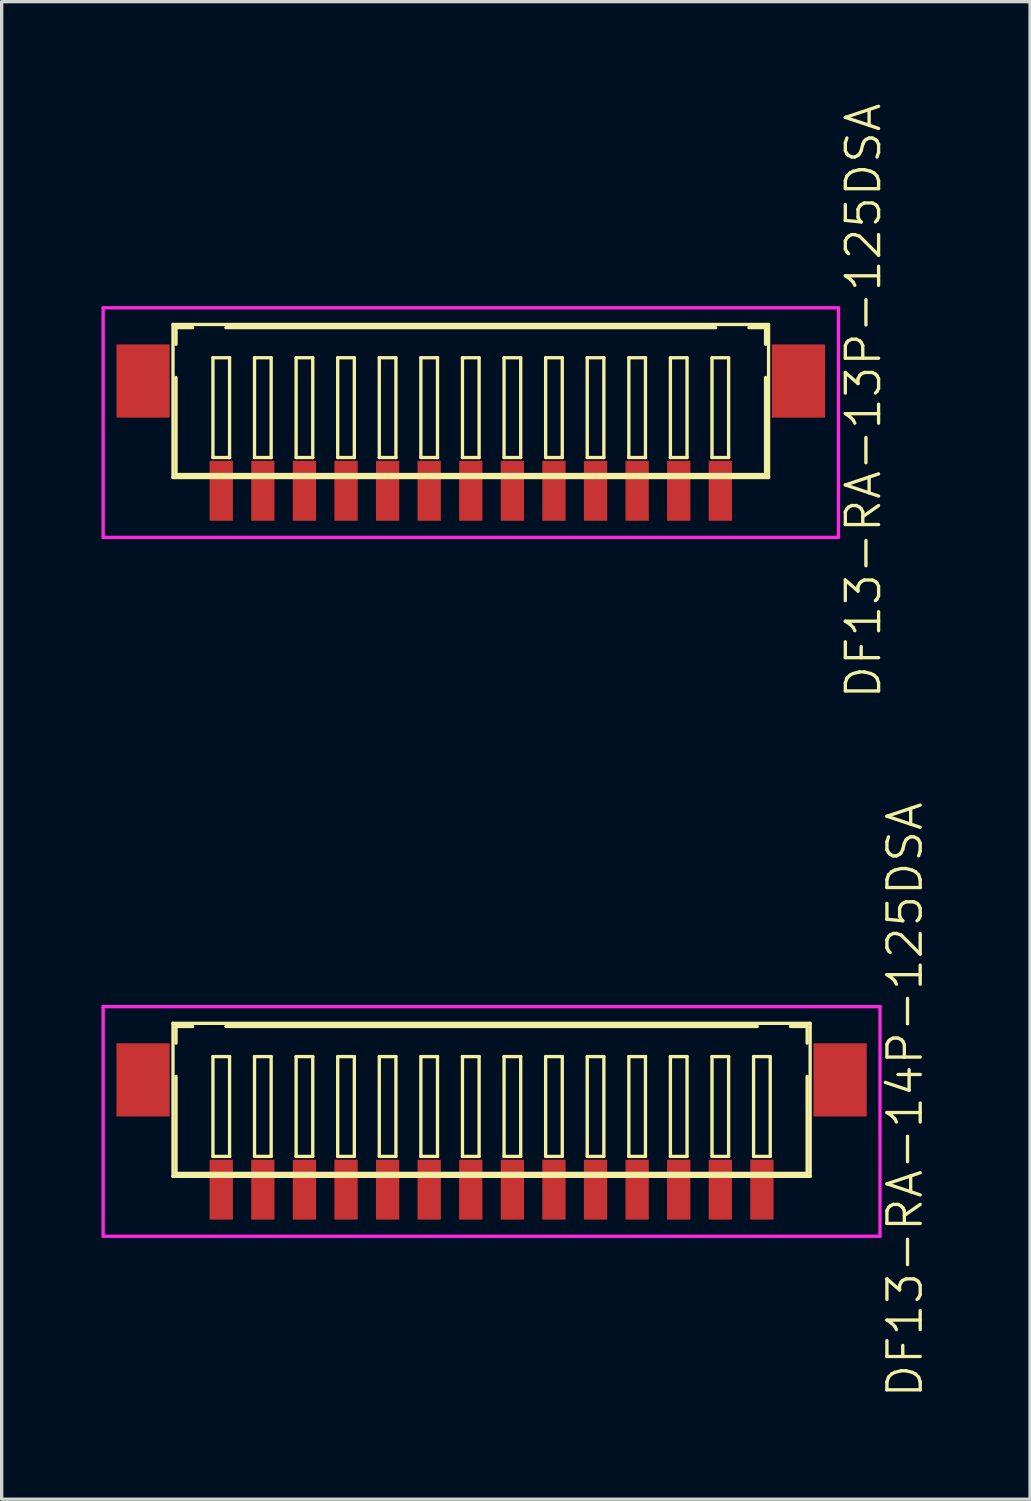
<source format=kicad_pcb>
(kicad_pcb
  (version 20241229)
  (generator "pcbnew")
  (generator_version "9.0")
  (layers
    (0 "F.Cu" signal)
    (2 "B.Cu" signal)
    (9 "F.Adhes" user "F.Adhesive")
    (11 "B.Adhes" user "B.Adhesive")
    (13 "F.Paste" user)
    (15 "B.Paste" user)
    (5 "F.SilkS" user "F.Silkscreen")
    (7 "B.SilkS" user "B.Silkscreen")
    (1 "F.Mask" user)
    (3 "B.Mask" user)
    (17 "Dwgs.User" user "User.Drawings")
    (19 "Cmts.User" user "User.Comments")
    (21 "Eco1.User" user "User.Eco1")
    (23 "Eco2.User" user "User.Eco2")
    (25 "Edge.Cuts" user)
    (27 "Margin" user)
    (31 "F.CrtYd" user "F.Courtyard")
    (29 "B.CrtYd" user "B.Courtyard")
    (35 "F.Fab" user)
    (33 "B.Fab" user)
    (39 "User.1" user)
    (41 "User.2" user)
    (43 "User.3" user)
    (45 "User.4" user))
  (footprint "DF13-RA-14P-125DSA"
    (layer "F.Cu")
    (at 11.725 32.707)
    (property "Reference" "DF13-RA-14P-125DSA" (at 12.425 -2.7 90) (layer "F.SilkS") (effects (font (size 1 1) (thickness 0.1))))
    (attr through_hole)
    (fp_line (start -9.575 -5) (end -9.575 -0.4) (stroke (width 0.1) (type solid)) (layer "F.SilkS"))
    (fp_line (start -9.575 -5) (end 9.575 -5) (stroke (width 0.1) (type solid)) (layer "F.SilkS"))
    (fp_line (start -9.575 -0.4) (end 9.575 -0.4) (stroke (width 0.1) (type solid)) (layer "F.SilkS"))
    (fp_line (start -9.485 -4.905) (end -9.485 -4.405) (stroke (width 0.1) (type solid)) (layer "F.SilkS"))
    (fp_line (start -9.485 -4.905) (end -8.985 -4.905) (stroke (width 0.1) (type solid)) (layer "F.SilkS"))
    (fp_line (start -9.485 -3.405) (end -9.485 -0.49) (stroke (width 0.1) (type solid)) (layer "F.SilkS"))
    (fp_line (start -9.485 -0.49) (end 9.485 -0.49) (stroke (width 0.1) (type solid)) (layer "F.SilkS"))
    (fp_line (start -8.375 -4) (end -8.375 -1) (stroke (width 0.1) (type solid)) (layer "F.SilkS"))
    (fp_line (start -8.375 -1) (end -7.875 -1) (stroke (width 0.1) (type solid)) (layer "F.SilkS"))
    (fp_line (start -7.985 -4.905) (end 7.985 -4.905) (stroke (width 0.1) (type solid)) (layer "F.SilkS"))
    (fp_line (start -7.875 -4) (end -8.375 -4) (stroke (width 0.1) (type solid)) (layer "F.SilkS"))
    (fp_line (start -7.875 -1) (end -7.875 -4) (stroke (width 0.1) (type solid)) (layer "F.SilkS"))
    (fp_line (start -7.125 -4) (end -7.125 -1) (stroke (width 0.1) (type solid)) (layer "F.SilkS"))
    (fp_line (start -7.125 -1) (end -6.625 -1) (stroke (width 0.1) (type solid)) (layer "F.SilkS"))
    (fp_line (start -6.625 -4) (end -7.125 -4) (stroke (width 0.1) (type solid)) (layer "F.SilkS"))
    (fp_line (start -6.625 -1) (end -6.625 -4) (stroke (width 0.1) (type solid)) (layer "F.SilkS"))
    (fp_line (start -5.875 -4) (end -5.875 -1) (stroke (width 0.1) (type solid)) (layer "F.SilkS"))
    (fp_line (start -5.875 -1) (end -5.375 -1) (stroke (width 0.1) (type solid)) (layer "F.SilkS"))
    (fp_line (start -5.375 -4) (end -5.875 -4) (stroke (width 0.1) (type solid)) (layer "F.SilkS"))
    (fp_line (start -5.375 -1) (end -5.375 -4) (stroke (width 0.1) (type solid)) (layer "F.SilkS"))
    (fp_line (start -4.625 -4) (end -4.625 -1) (stroke (width 0.1) (type solid)) (layer "F.SilkS"))
    (fp_line (start -4.625 -1) (end -4.125 -1) (stroke (width 0.1) (type solid)) (layer "F.SilkS"))
    (fp_line (start -4.125 -4) (end -4.625 -4) (stroke (width 0.1) (type solid)) (layer "F.SilkS"))
    (fp_line (start -4.125 -1) (end -4.125 -4) (stroke (width 0.1) (type solid)) (layer "F.SilkS"))
    (fp_line (start -3.375 -4) (end -3.375 -1) (stroke (width 0.1) (type solid)) (layer "F.SilkS"))
    (fp_line (start -3.375 -1) (end -2.875 -1) (stroke (width 0.1) (type solid)) (layer "F.SilkS"))
    (fp_line (start -2.875 -4) (end -3.375 -4) (stroke (width 0.1) (type solid)) (layer "F.SilkS"))
    (fp_line (start -2.875 -1) (end -2.875 -4) (stroke (width 0.1) (type solid)) (layer "F.SilkS"))
    (fp_line (start -2.125 -4) (end -2.125 -1) (stroke (width 0.1) (type solid)) (layer "F.SilkS"))
    (fp_line (start -2.125 -1) (end -1.625 -1) (stroke (width 0.1) (type solid)) (layer "F.SilkS"))
    (fp_line (start -1.625 -4) (end -2.125 -4) (stroke (width 0.1) (type solid)) (layer "F.SilkS"))
    (fp_line (start -1.625 -1) (end -1.625 -4) (stroke (width 0.1) (type solid)) (layer "F.SilkS"))
    (fp_line (start -0.875 -4) (end -0.875 -1) (stroke (width 0.1) (type solid)) (layer "F.SilkS"))
    (fp_line (start -0.875 -1) (end -0.375 -1) (stroke (width 0.1) (type solid)) (layer "F.SilkS"))
    (fp_line (start -0.375 -4) (end -0.875 -4) (stroke (width 0.1) (type solid)) (layer "F.SilkS"))
    (fp_line (start -0.375 -1) (end -0.375 -4) (stroke (width 0.1) (type solid)) (layer "F.SilkS"))
    (fp_line (start 0.375 -4) (end 0.375 -1) (stroke (width 0.1) (type solid)) (layer "F.SilkS"))
    (fp_line (start 0.375 -1) (end 0.875 -1) (stroke (width 0.1) (type solid)) (layer "F.SilkS"))
    (fp_line (start 0.875 -4) (end 0.375 -4) (stroke (width 0.1) (type solid)) (layer "F.SilkS"))
    (fp_line (start 0.875 -1) (end 0.875 -4) (stroke (width 0.1) (type solid)) (layer "F.SilkS"))
    (fp_line (start 1.625 -4) (end 1.625 -1) (stroke (width 0.1) (type solid)) (layer "F.SilkS"))
    (fp_line (start 1.625 -1) (end 2.125 -1) (stroke (width 0.1) (type solid)) (layer "F.SilkS"))
    (fp_line (start 2.125 -4) (end 1.625 -4) (stroke (width 0.1) (type solid)) (layer "F.SilkS"))
    (fp_line (start 2.125 -1) (end 2.125 -4) (stroke (width 0.1) (type solid)) (layer "F.SilkS"))
    (fp_line (start 2.875 -4) (end 2.875 -1) (stroke (width 0.1) (type solid)) (layer "F.SilkS"))
    (fp_line (start 2.875 -1) (end 3.375 -1) (stroke (width 0.1) (type solid)) (layer "F.SilkS"))
    (fp_line (start 3.375 -4) (end 2.875 -4) (stroke (width 0.1) (type solid)) (layer "F.SilkS"))
    (fp_line (start 3.375 -1) (end 3.375 -4) (stroke (width 0.1) (type solid)) (layer "F.SilkS"))
    (fp_line (start 4.125 -4) (end 4.125 -1) (stroke (width 0.1) (type solid)) (layer "F.SilkS"))
    (fp_line (start 4.125 -1) (end 4.625 -1) (stroke (width 0.1) (type solid)) (layer "F.SilkS"))
    (fp_line (start 4.625 -4) (end 4.125 -4) (stroke (width 0.1) (type solid)) (layer "F.SilkS"))
    (fp_line (start 4.625 -1) (end 4.625 -4) (stroke (width 0.1) (type solid)) (layer "F.SilkS"))
    (fp_line (start 5.375 -4) (end 5.375 -1) (stroke (width 0.1) (type solid)) (layer "F.SilkS"))
    (fp_line (start 5.375 -1) (end 5.875 -1) (stroke (width 0.1) (type solid)) (layer "F.SilkS"))
    (fp_line (start 5.875 -4) (end 5.375 -4) (stroke (width 0.1) (type solid)) (layer "F.SilkS"))
    (fp_line (start 5.875 -1) (end 5.875 -4) (stroke (width 0.1) (type solid)) (layer "F.SilkS"))
    (fp_line (start 6.625 -4) (end 6.625 -1) (stroke (width 0.1) (type solid)) (layer "F.SilkS"))
    (fp_line (start 6.625 -1) (end 7.125 -1) (stroke (width 0.1) (type solid)) (layer "F.SilkS"))
    (fp_line (start 7.125 -4) (end 6.625 -4) (stroke (width 0.1) (type solid)) (layer "F.SilkS"))
    (fp_line (start 7.125 -1) (end 7.125 -4) (stroke (width 0.1) (type solid)) (layer "F.SilkS"))
    (fp_line (start 7.875 -4) (end 7.875 -1) (stroke (width 0.1) (type solid)) (layer "F.SilkS"))
    (fp_line (start 7.875 -1) (end 8.375 -1) (stroke (width 0.1) (type solid)) (layer "F.SilkS"))
    (fp_line (start 8.375 -4) (end 7.875 -4) (stroke (width 0.1) (type solid)) (layer "F.SilkS"))
    (fp_line (start 8.375 -1) (end 8.375 -4) (stroke (width 0.1) (type solid)) (layer "F.SilkS"))
    (fp_line (start 8.985 -4.905) (end 9.485 -4.905) (stroke (width 0.1) (type solid)) (layer "F.SilkS"))
    (fp_line (start 9.485 -4.905) (end 9.485 -4.405) (stroke (width 0.1) (type solid)) (layer "F.SilkS"))
    (fp_line (start 9.485 -3.405) (end 9.485 -0.49) (stroke (width 0.1) (type solid)) (layer "F.SilkS"))
    (fp_line (start 9.575 -5) (end 9.575 -0.4) (stroke (width 0.1) (type solid)) (layer "F.SilkS"))
    (fp_line (start -11.675 -5.5) (end -11.675 1.4) (stroke (width 0.1) (type solid)) (layer "F.CrtYd"))
    (fp_line (start -11.675 1.4) (end 11.675 1.4) (stroke (width 0.1) (type solid)) (layer "F.CrtYd"))
    (fp_line (start 11.675 -5.5) (end -11.675 -5.5) (stroke (width 0.1) (type solid)) (layer "F.CrtYd"))
    (fp_line (start 11.675 1.4) (end 11.675 -5.5) (stroke (width 0.1) (type solid)) (layer "F.CrtYd"))
    (pad "1" smd rect (at -8.125 0) (size 0.7 1.8) (layers "F.Cu" "F.Mask" "F.Paste"))
    (pad "2" smd rect (at -6.875 0) (size 0.7 1.8) (layers "F.Cu" "F.Mask" "F.Paste"))
    (pad "3" smd rect (at -5.625 0) (size 0.7 1.8) (layers "F.Cu" "F.Mask" "F.Paste"))
    (pad "4" smd rect (at -4.375 0) (size 0.7 1.8) (layers "F.Cu" "F.Mask" "F.Paste"))
    (pad "5" smd rect (at -3.125 0) (size 0.7 1.8) (layers "F.Cu" "F.Mask" "F.Paste"))
    (pad "6" smd rect (at -1.875 0) (size 0.7 1.8) (layers "F.Cu" "F.Mask" "F.Paste"))
    (pad "7" smd rect (at -0.625 0) (size 0.7 1.8) (layers "F.Cu" "F.Mask" "F.Paste"))
    (pad "8" smd rect (at 0.625 0) (size 0.7 1.8) (layers "F.Cu" "F.Mask" "F.Paste"))
    (pad "9" smd rect (at 1.875 0) (size 0.7 1.8) (layers "F.Cu" "F.Mask" "F.Paste"))
    (pad "10" smd rect (at 3.125 0) (size 0.7 1.8) (layers "F.Cu" "F.Mask" "F.Paste"))
    (pad "11" smd rect (at 4.375 0) (size 0.7 1.8) (layers "F.Cu" "F.Mask" "F.Paste"))
    (pad "12" smd rect (at 5.625 0) (size 0.7 1.8) (layers "F.Cu" "F.Mask" "F.Paste"))
    (pad "13" smd rect (at 6.875 0) (size 0.7 1.8) (layers "F.Cu" "F.Mask" "F.Paste"))
    (pad "14" smd rect (at 8.125 0) (size 0.7 1.8) (layers "F.Cu" "F.Mask" "F.Paste"))
    (pad "S" smd rect (at -10.475 -3.3) (size 1.6 2.2) (layers "F.Cu" "F.Mask" "F.Paste"))
    (pad "S" smd rect (at 10.475 -3.3) (size 1.6 2.2) (layers "F.Cu" "F.Mask" "F.Paste")))
  (footprint "DF13-RA-13P-125DSA"
    (layer "F.Cu")
    (at 11.1 11.702)
    (property "Reference" "DF13-RA-13P-125DSA" (at 11.8 -2.7 90) (layer "F.SilkS") (effects (font (size 1 1) (thickness 0.1))))
    (attr through_hole)
    (fp_line (start -8.95 -5) (end -8.95 -0.4) (stroke (width 0.1) (type solid)) (layer "F.SilkS"))
    (fp_line (start -8.95 -5) (end 8.95 -5) (stroke (width 0.1) (type solid)) (layer "F.SilkS"))
    (fp_line (start -8.95 -0.4) (end 8.95 -0.4) (stroke (width 0.1) (type solid)) (layer "F.SilkS"))
    (fp_line (start -8.86 -4.905) (end -8.86 -4.405) (stroke (width 0.1) (type solid)) (layer "F.SilkS"))
    (fp_line (start -8.86 -4.905) (end -8.36 -4.905) (stroke (width 0.1) (type solid)) (layer "F.SilkS"))
    (fp_line (start -8.86 -3.405) (end -8.86 -0.49) (stroke (width 0.1) (type solid)) (layer "F.SilkS"))
    (fp_line (start -8.86 -0.49) (end 8.86 -0.49) (stroke (width 0.1) (type solid)) (layer "F.SilkS"))
    (fp_line (start -7.75 -4) (end -7.75 -1) (stroke (width 0.1) (type solid)) (layer "F.SilkS"))
    (fp_line (start -7.75 -1) (end -7.25 -1) (stroke (width 0.1) (type solid)) (layer "F.SilkS"))
    (fp_line (start -7.36 -4.905) (end 7.36 -4.905) (stroke (width 0.1) (type solid)) (layer "F.SilkS"))
    (fp_line (start -7.25 -4) (end -7.75 -4) (stroke (width 0.1) (type solid)) (layer "F.SilkS"))
    (fp_line (start -7.25 -1) (end -7.25 -4) (stroke (width 0.1) (type solid)) (layer "F.SilkS"))
    (fp_line (start -6.5 -4) (end -6.5 -1) (stroke (width 0.1) (type solid)) (layer "F.SilkS"))
    (fp_line (start -6.5 -1) (end -6 -1) (stroke (width 0.1) (type solid)) (layer "F.SilkS"))
    (fp_line (start -6 -4) (end -6.5 -4) (stroke (width 0.1) (type solid)) (layer "F.SilkS"))
    (fp_line (start -6 -1) (end -6 -4) (stroke (width 0.1) (type solid)) (layer "F.SilkS"))
    (fp_line (start -5.25 -4) (end -5.25 -1) (stroke (width 0.1) (type solid)) (layer "F.SilkS"))
    (fp_line (start -5.25 -1) (end -4.75 -1) (stroke (width 0.1) (type solid)) (layer "F.SilkS"))
    (fp_line (start -4.75 -4) (end -5.25 -4) (stroke (width 0.1) (type solid)) (layer "F.SilkS"))
    (fp_line (start -4.75 -1) (end -4.75 -4) (stroke (width 0.1) (type solid)) (layer "F.SilkS"))
    (fp_line (start -4 -4) (end -4 -1) (stroke (width 0.1) (type solid)) (layer "F.SilkS"))
    (fp_line (start -4 -1) (end -3.5 -1) (stroke (width 0.1) (type solid)) (layer "F.SilkS"))
    (fp_line (start -3.5 -4) (end -4 -4) (stroke (width 0.1) (type solid)) (layer "F.SilkS"))
    (fp_line (start -3.5 -1) (end -3.5 -4) (stroke (width 0.1) (type solid)) (layer "F.SilkS"))
    (fp_line (start -2.75 -4) (end -2.75 -1) (stroke (width 0.1) (type solid)) (layer "F.SilkS"))
    (fp_line (start -2.75 -1) (end -2.25 -1) (stroke (width 0.1) (type solid)) (layer "F.SilkS"))
    (fp_line (start -2.25 -4) (end -2.75 -4) (stroke (width 0.1) (type solid)) (layer "F.SilkS"))
    (fp_line (start -2.25 -1) (end -2.25 -4) (stroke (width 0.1) (type solid)) (layer "F.SilkS"))
    (fp_line (start -1.5 -4) (end -1.5 -1) (stroke (width 0.1) (type solid)) (layer "F.SilkS"))
    (fp_line (start -1.5 -1) (end -1 -1) (stroke (width 0.1) (type solid)) (layer "F.SilkS"))
    (fp_line (start -1 -4) (end -1.5 -4) (stroke (width 0.1) (type solid)) (layer "F.SilkS"))
    (fp_line (start -1 -1) (end -1 -4) (stroke (width 0.1) (type solid)) (layer "F.SilkS"))
    (fp_line (start -0.25 -4) (end -0.25 -1) (stroke (width 0.1) (type solid)) (layer "F.SilkS"))
    (fp_line (start -0.25 -1) (end 0.25 -1) (stroke (width 0.1) (type solid)) (layer "F.SilkS"))
    (fp_line (start 0.25 -4) (end -0.25 -4) (stroke (width 0.1) (type solid)) (layer "F.SilkS"))
    (fp_line (start 0.25 -1) (end 0.25 -4) (stroke (width 0.1) (type solid)) (layer "F.SilkS"))
    (fp_line (start 1 -4) (end 1 -1) (stroke (width 0.1) (type solid)) (layer "F.SilkS"))
    (fp_line (start 1 -1) (end 1.5 -1) (stroke (width 0.1) (type solid)) (layer "F.SilkS"))
    (fp_line (start 1.5 -4) (end 1 -4) (stroke (width 0.1) (type solid)) (layer "F.SilkS"))
    (fp_line (start 1.5 -1) (end 1.5 -4) (stroke (width 0.1) (type solid)) (layer "F.SilkS"))
    (fp_line (start 2.25 -4) (end 2.25 -1) (stroke (width 0.1) (type solid)) (layer "F.SilkS"))
    (fp_line (start 2.25 -1) (end 2.75 -1) (stroke (width 0.1) (type solid)) (layer "F.SilkS"))
    (fp_line (start 2.75 -4) (end 2.25 -4) (stroke (width 0.1) (type solid)) (layer "F.SilkS"))
    (fp_line (start 2.75 -1) (end 2.75 -4) (stroke (width 0.1) (type solid)) (layer "F.SilkS"))
    (fp_line (start 3.5 -4) (end 3.5 -1) (stroke (width 0.1) (type solid)) (layer "F.SilkS"))
    (fp_line (start 3.5 -1) (end 4 -1) (stroke (width 0.1) (type solid)) (layer "F.SilkS"))
    (fp_line (start 4 -4) (end 3.5 -4) (stroke (width 0.1) (type solid)) (layer "F.SilkS"))
    (fp_line (start 4 -1) (end 4 -4) (stroke (width 0.1) (type solid)) (layer "F.SilkS"))
    (fp_line (start 4.75 -4) (end 4.75 -1) (stroke (width 0.1) (type solid)) (layer "F.SilkS"))
    (fp_line (start 4.75 -1) (end 5.25 -1) (stroke (width 0.1) (type solid)) (layer "F.SilkS"))
    (fp_line (start 5.25 -4) (end 4.75 -4) (stroke (width 0.1) (type solid)) (layer "F.SilkS"))
    (fp_line (start 5.25 -1) (end 5.25 -4) (stroke (width 0.1) (type solid)) (layer "F.SilkS"))
    (fp_line (start 6 -4) (end 6 -1) (stroke (width 0.1) (type solid)) (layer "F.SilkS"))
    (fp_line (start 6 -1) (end 6.5 -1) (stroke (width 0.1) (type solid)) (layer "F.SilkS"))
    (fp_line (start 6.5 -4) (end 6 -4) (stroke (width 0.1) (type solid)) (layer "F.SilkS"))
    (fp_line (start 6.5 -1) (end 6.5 -4) (stroke (width 0.1) (type solid)) (layer "F.SilkS"))
    (fp_line (start 7.25 -4) (end 7.25 -1) (stroke (width 0.1) (type solid)) (layer "F.SilkS"))
    (fp_line (start 7.25 -1) (end 7.75 -1) (stroke (width 0.1) (type solid)) (layer "F.SilkS"))
    (fp_line (start 7.75 -4) (end 7.25 -4) (stroke (width 0.1) (type solid)) (layer "F.SilkS"))
    (fp_line (start 7.75 -1) (end 7.75 -4) (stroke (width 0.1) (type solid)) (layer "F.SilkS"))
    (fp_line (start 8.36 -4.905) (end 8.86 -4.905) (stroke (width 0.1) (type solid)) (layer "F.SilkS"))
    (fp_line (start 8.86 -4.905) (end 8.86 -4.405) (stroke (width 0.1) (type solid)) (layer "F.SilkS"))
    (fp_line (start 8.86 -3.405) (end 8.86 -0.49) (stroke (width 0.1) (type solid)) (layer "F.SilkS"))
    (fp_line (start 8.95 -5) (end 8.95 -0.4) (stroke (width 0.1) (type solid)) (layer "F.SilkS"))
    (fp_line (start -11.05 -5.5) (end -11.05 1.4) (stroke (width 0.1) (type solid)) (layer "F.CrtYd"))
    (fp_line (start -11.05 1.4) (end 11.05 1.4) (stroke (width 0.1) (type solid)) (layer "F.CrtYd"))
    (fp_line (start 11.05 -5.5) (end -11.05 -5.5) (stroke (width 0.1) (type solid)) (layer "F.CrtYd"))
    (fp_line (start 11.05 1.4) (end 11.05 -5.5) (stroke (width 0.1) (type solid)) (layer "F.CrtYd"))
    (pad "1" smd rect (at -7.5 0) (size 0.7 1.8) (layers "F.Cu" "F.Mask" "F.Paste"))
    (pad "2" smd rect (at -6.25 0) (size 0.7 1.8) (layers "F.Cu" "F.Mask" "F.Paste"))
    (pad "3" smd rect (at -5 0) (size 0.7 1.8) (layers "F.Cu" "F.Mask" "F.Paste"))
    (pad "4" smd rect (at -3.75 0) (size 0.7 1.8) (layers "F.Cu" "F.Mask" "F.Paste"))
    (pad "5" smd rect (at -2.5 0) (size 0.7 1.8) (layers "F.Cu" "F.Mask" "F.Paste"))
    (pad "6" smd rect (at -1.25 0) (size 0.7 1.8) (layers "F.Cu" "F.Mask" "F.Paste"))
    (pad "7" smd rect (at 0 0) (size 0.7 1.8) (layers "F.Cu" "F.Mask" "F.Paste"))
    (pad "8" smd rect (at 1.25 0) (size 0.7 1.8) (layers "F.Cu" "F.Mask" "F.Paste"))
    (pad "9" smd rect (at 2.5 0) (size 0.7 1.8) (layers "F.Cu" "F.Mask" "F.Paste"))
    (pad "10" smd rect (at 3.75 0) (size 0.7 1.8) (layers "F.Cu" "F.Mask" "F.Paste"))
    (pad "11" smd rect (at 5 0) (size 0.7 1.8) (layers "F.Cu" "F.Mask" "F.Paste"))
    (pad "12" smd rect (at 6.25 0) (size 0.7 1.8) (layers "F.Cu" "F.Mask" "F.Paste"))
    (pad "13" smd rect (at 7.5 0) (size 0.7 1.8) (layers "F.Cu" "F.Mask" "F.Paste"))
    (pad "S" smd rect (at -9.85 -3.3) (size 1.6 2.2) (layers "F.Cu" "F.Mask" "F.Paste"))
    (pad "S" smd rect (at 9.85 -3.3) (size 1.6 2.2) (layers "F.Cu" "F.Mask" "F.Paste")))
  (gr_rect
    (start -3 -3)
    (end 27.91 42.01)
    (stroke (width 0.1) (type default))
    (fill no)
    (layer "Edge.Cuts")))
</source>
